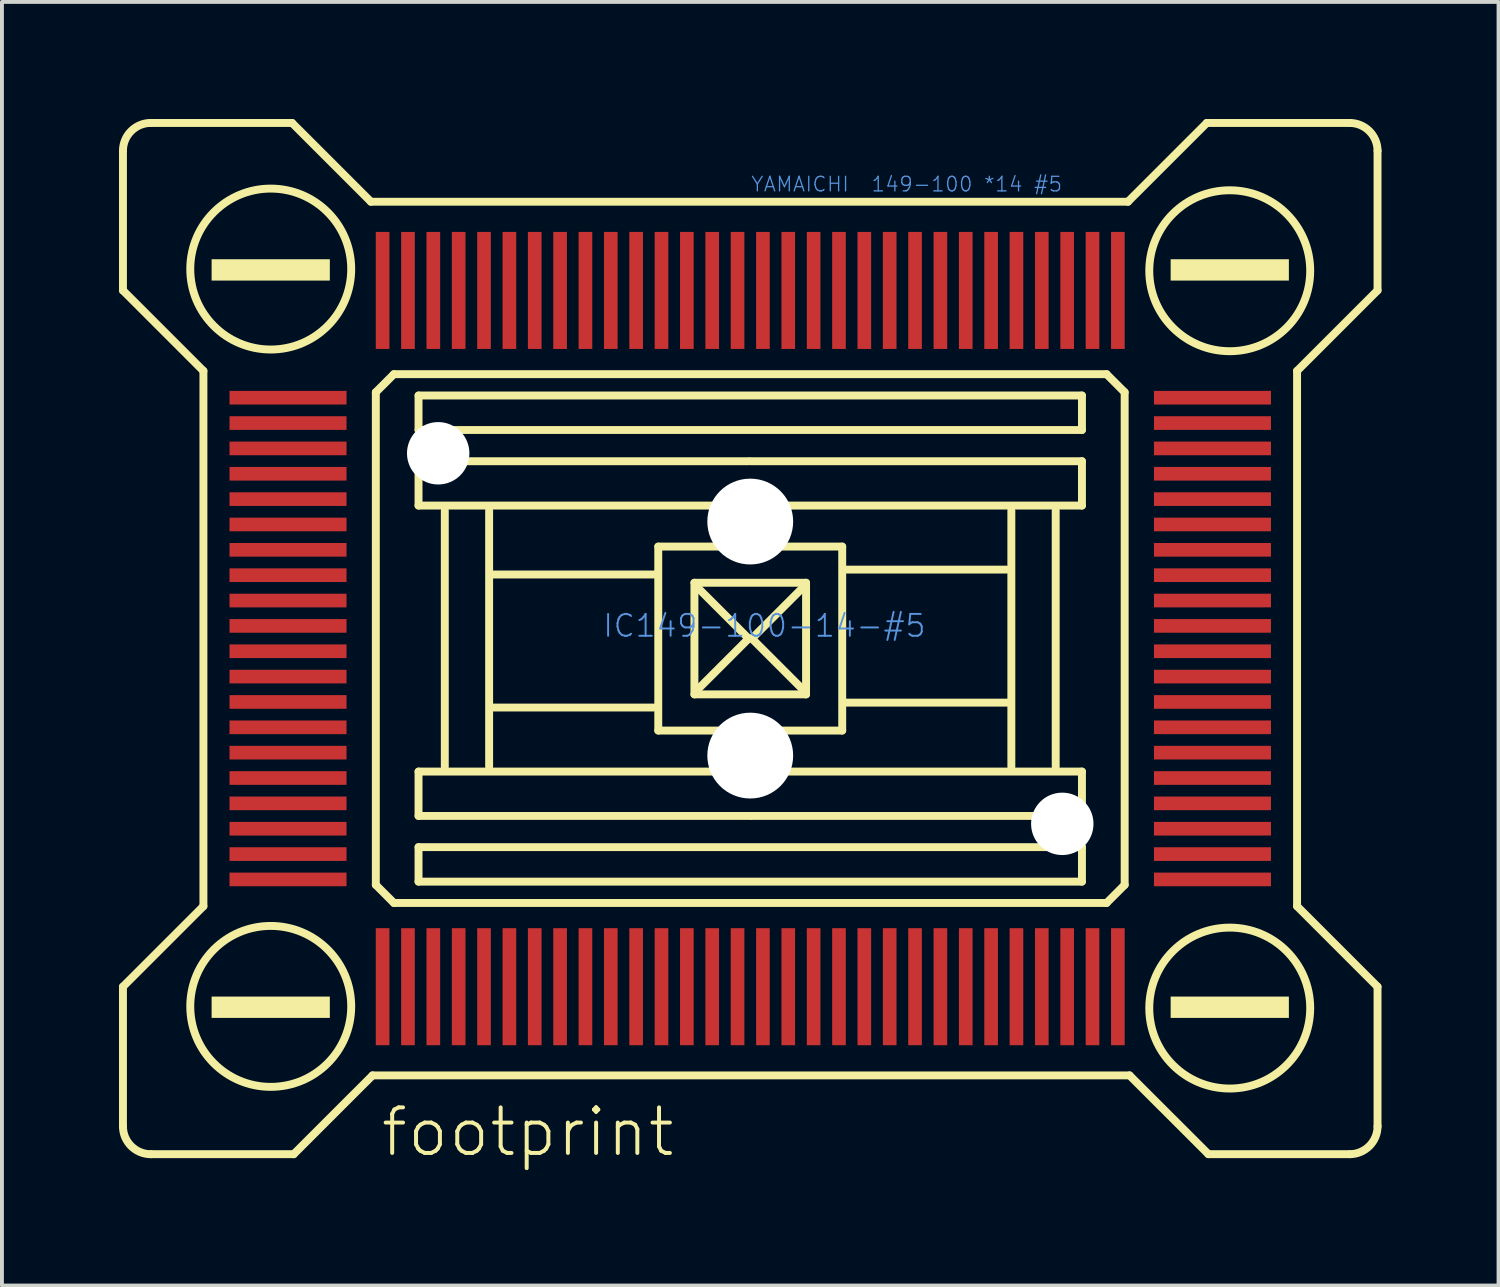
<source format=kicad_pcb>
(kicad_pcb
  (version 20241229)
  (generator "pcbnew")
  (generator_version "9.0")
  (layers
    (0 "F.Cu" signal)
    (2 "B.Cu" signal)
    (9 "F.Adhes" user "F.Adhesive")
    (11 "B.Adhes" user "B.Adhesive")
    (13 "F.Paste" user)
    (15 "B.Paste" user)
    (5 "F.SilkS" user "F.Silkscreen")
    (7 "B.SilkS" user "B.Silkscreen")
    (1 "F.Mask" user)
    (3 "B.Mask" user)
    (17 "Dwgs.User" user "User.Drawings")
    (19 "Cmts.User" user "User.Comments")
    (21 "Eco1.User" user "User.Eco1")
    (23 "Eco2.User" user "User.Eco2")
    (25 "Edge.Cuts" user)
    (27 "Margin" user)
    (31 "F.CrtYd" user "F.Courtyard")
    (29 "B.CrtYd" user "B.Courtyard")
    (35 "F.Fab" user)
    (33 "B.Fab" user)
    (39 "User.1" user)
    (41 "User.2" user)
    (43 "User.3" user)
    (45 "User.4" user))
  (footprint "footprint"
    (layer "F.Cu")
    (at 16.184 13.321)
    (property "Reference" "footprint" (at -9.525 13.335 0) (layer "F.SilkS") (effects (font (size 1.168 1.168) (thickness 0.102)) (justify left bottom)))
    (fp_line (start -16.082 -8.925) (end -16.082 -12.504) (stroke (width 0.203) (type solid)) (layer "F.SilkS"))
    (fp_line (start -16.082 8.925) (end -14.019 6.862) (stroke (width 0.203) (type solid)) (layer "F.SilkS"))
    (fp_line (start -16.082 12.504) (end -16.082 8.925) (stroke (width 0.203) (type solid)) (layer "F.SilkS"))
    (fp_line (start -15.367 -13.219) (end -11.746 -13.219) (stroke (width 0.203) (type solid)) (layer "F.SilkS"))
    (fp_line (start -14.019 -6.862) (end -16.082 -8.925) (stroke (width 0.203) (type solid)) (layer "F.SilkS"))
    (fp_line (start -14.019 6.862) (end -14.019 -6.862) (stroke (width 0.203) (type solid)) (layer "F.SilkS"))
    (fp_line (start -11.746 -13.219) (end -9.725 -11.199) (stroke (width 0.203) (type solid)) (layer "F.SilkS"))
    (fp_line (start -11.704 13.219) (end -15.367 13.219) (stroke (width 0.203) (type solid)) (layer "F.SilkS"))
    (fp_line (start -9.725 -11.199) (end 9.683 -11.199) (stroke (width 0.203) (type solid)) (layer "F.SilkS"))
    (fp_line (start -9.683 11.199) (end -11.704 13.219) (stroke (width 0.203) (type solid)) (layer "F.SilkS"))
    (fp_line (start -9.599 -6.315) (end -9.599 6.315) (stroke (width 0.203) (type solid)) (layer "F.SilkS"))
    (fp_line (start -9.599 6.315) (end -9.136 6.778) (stroke (width 0.203) (type solid)) (layer "F.SilkS"))
    (fp_line (start -9.136 -6.778) (end -9.599 -6.315) (stroke (width 0.203) (type solid)) (layer "F.SilkS"))
    (fp_line (start -9.136 6.778) (end 9.136 6.778) (stroke (width 0.203) (type solid)) (layer "F.SilkS"))
    (fp_line (start -8.504 -6.231) (end 8.504 -6.231) (stroke (width 0.203) (type solid)) (layer "F.SilkS"))
    (fp_line (start -8.504 -5.347) (end -8.504 -6.231) (stroke (width 0.203) (type solid)) (layer "F.SilkS"))
    (fp_line (start -8.504 -4.547) (end -0.042 -4.547) (stroke (width 0.203) (type solid)) (layer "F.SilkS"))
    (fp_line (start -8.504 -3.41) (end -8.504 -4.547) (stroke (width 0.203) (type solid)) (layer "F.SilkS"))
    (fp_line (start -8.504 3.41) (end 8.504 3.41) (stroke (width 0.203) (type solid)) (layer "F.SilkS"))
    (fp_line (start -8.504 4.547) (end -8.504 3.41) (stroke (width 0.203) (type solid)) (layer "F.SilkS"))
    (fp_line (start -8.504 5.347) (end 8.504 5.347) (stroke (width 0.203) (type solid)) (layer "F.SilkS"))
    (fp_line (start -8.504 6.231) (end -8.504 5.347) (stroke (width 0.203) (type solid)) (layer "F.SilkS"))
    (fp_line (start -7.831 -3.284) (end -7.831 3.284) (stroke (width 0.203) (type solid)) (layer "F.SilkS"))
    (fp_line (start -6.694 3.284) (end -6.694 -3.284) (stroke (width 0.203) (type solid)) (layer "F.SilkS"))
    (fp_line (start -6.61 -1.642) (end -2.442 -1.642) (stroke (width 0.203) (type solid)) (layer "F.SilkS"))
    (fp_line (start -6.568 1.768) (end -2.484 1.768) (stroke (width 0.203) (type solid)) (layer "F.SilkS"))
    (fp_line (start -2.358 2.358) (end -2.358 -2.358) (stroke (width 0.203) (type solid)) (layer "F.SilkS"))
    (fp_line (start -2.358 -2.358) (end 2.358 -2.358) (stroke (width 0.203) (type solid)) (layer "F.SilkS"))
    (fp_line (start -1.431 -1.431) (end 1.431 -1.431) (stroke (width 0.203) (type solid)) (layer "F.SilkS"))
    (fp_line (start -1.431 1.431) (end -1.431 -1.431) (stroke (width 0.203) (type solid)) (layer "F.SilkS"))
    (fp_line (start -0.042 0) (end -1.347 -1.305) (stroke (width 0.203) (type solid)) (layer "F.SilkS"))
    (fp_line (start -0.042 0) (end -1.347 1.305) (stroke (width 0.203) (type solid)) (layer "F.SilkS"))
    (fp_line (start 0 -4.547) (end 8.504 -4.547) (stroke (width 0.203) (type solid)) (layer "F.SilkS"))
    (fp_line (start 0 4.547) (end -8.504 4.547) (stroke (width 0.203) (type solid)) (layer "F.SilkS"))
    (fp_line (start 0.042 0) (end 1.347 -1.305) (stroke (width 0.203) (type solid)) (layer "F.SilkS"))
    (fp_line (start 0.042 0) (end 1.347 1.305) (stroke (width 0.203) (type solid)) (layer "F.SilkS"))
    (fp_line (start 1.431 -1.431) (end 1.431 1.431) (stroke (width 0.203) (type solid)) (layer "F.SilkS"))
    (fp_line (start 1.431 1.431) (end -1.431 1.431) (stroke (width 0.203) (type solid)) (layer "F.SilkS"))
    (fp_line (start 2.358 2.358) (end -2.358 2.358) (stroke (width 0.203) (type solid)) (layer "F.SilkS"))
    (fp_line (start 2.358 -2.358) (end 2.358 2.358) (stroke (width 0.203) (type solid)) (layer "F.SilkS"))
    (fp_line (start 6.568 -1.768) (end 2.484 -1.768) (stroke (width 0.203) (type solid)) (layer "F.SilkS"))
    (fp_line (start 6.61 1.642) (end 2.442 1.642) (stroke (width 0.203) (type solid)) (layer "F.SilkS"))
    (fp_line (start 6.694 -3.284) (end 6.694 3.284) (stroke (width 0.203) (type solid)) (layer "F.SilkS"))
    (fp_line (start 7.831 3.284) (end 7.831 -3.284) (stroke (width 0.203) (type solid)) (layer "F.SilkS"))
    (fp_line (start 8.504 -6.231) (end 8.504 -5.347) (stroke (width 0.203) (type solid)) (layer "F.SilkS"))
    (fp_line (start 8.504 -5.347) (end -8.504 -5.347) (stroke (width 0.203) (type solid)) (layer "F.SilkS"))
    (fp_line (start 8.504 -4.547) (end 8.504 -3.41) (stroke (width 0.203) (type solid)) (layer "F.SilkS"))
    (fp_line (start 8.504 -3.41) (end -8.504 -3.41) (stroke (width 0.203) (type solid)) (layer "F.SilkS"))
    (fp_line (start 8.504 3.41) (end 8.504 4.547) (stroke (width 0.203) (type solid)) (layer "F.SilkS"))
    (fp_line (start 8.504 4.547) (end 0.042 4.547) (stroke (width 0.203) (type solid)) (layer "F.SilkS"))
    (fp_line (start 8.504 5.347) (end 8.504 6.231) (stroke (width 0.203) (type solid)) (layer "F.SilkS"))
    (fp_line (start 8.504 6.231) (end -8.504 6.231) (stroke (width 0.203) (type solid)) (layer "F.SilkS"))
    (fp_line (start 9.136 -6.778) (end -9.136 -6.778) (stroke (width 0.203) (type solid)) (layer "F.SilkS"))
    (fp_line (start 9.136 6.778) (end 9.599 6.315) (stroke (width 0.203) (type solid)) (layer "F.SilkS"))
    (fp_line (start 9.599 -6.315) (end 9.136 -6.778) (stroke (width 0.203) (type solid)) (layer "F.SilkS"))
    (fp_line (start 9.599 6.315) (end 9.599 -6.315) (stroke (width 0.203) (type solid)) (layer "F.SilkS"))
    (fp_line (start 9.683 -11.199) (end 11.704 -13.219) (stroke (width 0.203) (type solid)) (layer "F.SilkS"))
    (fp_line (start 9.725 11.199) (end -9.683 11.199) (stroke (width 0.203) (type solid)) (layer "F.SilkS"))
    (fp_line (start 11.704 -13.219) (end 15.367 -13.219) (stroke (width 0.203) (type solid)) (layer "F.SilkS"))
    (fp_line (start 11.746 13.219) (end 9.725 11.199) (stroke (width 0.203) (type solid)) (layer "F.SilkS"))
    (fp_line (start 14.019 -6.862) (end 14.019 6.862) (stroke (width 0.203) (type solid)) (layer "F.SilkS"))
    (fp_line (start 14.019 6.862) (end 16.082 8.925) (stroke (width 0.203) (type solid)) (layer "F.SilkS"))
    (fp_line (start 15.367 13.219) (end 11.746 13.219) (stroke (width 0.203) (type solid)) (layer "F.SilkS"))
    (fp_line (start 16.082 -12.504) (end 16.082 -8.925) (stroke (width 0.203) (type solid)) (layer "F.SilkS"))
    (fp_line (start 16.082 -8.925) (end 14.019 -6.862) (stroke (width 0.203) (type solid)) (layer "F.SilkS"))
    (fp_line (start 16.082 8.925) (end 16.082 12.504) (stroke (width 0.203) (type solid)) (layer "F.SilkS"))
    (fp_arc (start -16.082 -12.504) (mid -15.872376 -13.010076) (end -15.3663 -13.2197) (stroke (width 0.2032) (type solid)) (layer "F.SilkS"))
    (fp_arc (start -15.366298 13.2197) (mid -15.872346 13.010047) (end -16.082 12.504) (stroke (width 0.2032) (type solid)) (layer "F.SilkS"))
    (fp_arc (start 15.367 -13.219) (mid 15.873047 -13.009346) (end 16.0827 -12.503298) (stroke (width 0.2032) (type solid)) (layer "F.SilkS"))
    (fp_arc (start 16.0827 12.5033) (mid 15.873076 13.009376) (end 15.367 13.219) (stroke (width 0.2032) (type solid)) (layer "F.SilkS"))
    (fp_circle (center -12.293 -9.473) (end -10.23 -9.473) (stroke (width 0.203) (type solid)) (fill no) (layer "F.SilkS"))
    (fp_circle (center -12.293 9.43) (end -10.23 9.43) (stroke (width 0.203) (type solid)) (fill no) (layer "F.SilkS"))
    (fp_circle (center 12.293 -9.43) (end 14.356 -9.43) (stroke (width 0.203) (type solid)) (fill no) (layer "F.SilkS"))
    (fp_circle (center 12.293 9.473) (end 14.356 9.473) (stroke (width 0.203) (type solid)) (fill no) (layer "F.SilkS"))
    (fp_poly (pts (xy -13.809 -9.178) (xy -10.778 -9.178) (xy -10.778 -9.725) (xy -13.809 -9.725)) (stroke (width 0) (type solid)) (fill yes) (layer "F.SilkS"))
    (fp_poly (pts (xy -13.809 9.725) (xy -10.778 9.725) (xy -10.778 9.178) (xy -13.809 9.178)) (stroke (width 0) (type solid)) (fill yes) (layer "F.SilkS"))
    (fp_poly (pts (xy 10.778 -9.178) (xy 13.809 -9.178) (xy 13.809 -9.725) (xy 10.778 -9.725)) (stroke (width 0) (type solid)) (fill yes) (layer "F.SilkS"))
    (fp_poly (pts (xy 10.778 9.725) (xy 13.809 9.725) (xy 13.809 9.178) (xy 10.778 9.178)) (stroke (width 0) (type solid)) (fill yes) (layer "F.SilkS"))
    (fp_text user "YAMAICHI  149-100 *14 #5" (at 0 -11.43 0) (layer "Cmts.User") (effects (font (size 0.374 0.374) (thickness 0.033)) (justify left bottom)))
    (fp_text user "IC149-100-14-#5" (at -3.81 0 0) (layer "Cmts.User") (effects (font (size 0.561 0.561) (thickness 0.049)) (justify left bottom)))
    (pad "" np_thru_hole circle (at -8 -4.75) (size 1.6 1.6) (drill 1.6) (layers "*.Cu" "*.Mask"))
    (pad "" np_thru_hole circle (at 0 -3) (size 2.2 2.2) (drill 2.2) (layers "*.Cu" "*.Mask"))
    (pad "" np_thru_hole circle (at 0 3) (size 2.2 2.2) (drill 2.2) (layers "*.Cu" "*.Mask"))
    (pad "" np_thru_hole circle (at 8 4.75) (size 1.6 1.6) (drill 1.6) (layers "*.Cu" "*.Mask"))
    (pad "1" smd rect (at -9.425 8.925) (size 0.35 3) (layers "F.Cu" "F.Mask" "F.Paste"))
    (pad "2" smd rect (at -8.775 8.925) (size 0.35 3) (layers "F.Cu" "F.Mask" "F.Paste"))
    (pad "3" smd rect (at -8.125 8.925) (size 0.35 3) (layers "F.Cu" "F.Mask" "F.Paste"))
    (pad "4" smd rect (at -7.475 8.925) (size 0.35 3) (layers "F.Cu" "F.Mask" "F.Paste"))
    (pad "5" smd rect (at -6.825 8.925) (size 0.35 3) (layers "F.Cu" "F.Mask" "F.Paste"))
    (pad "6" smd rect (at -6.175 8.925) (size 0.35 3) (layers "F.Cu" "F.Mask" "F.Paste"))
    (pad "7" smd rect (at -5.525 8.925) (size 0.35 3) (layers "F.Cu" "F.Mask" "F.Paste"))
    (pad "8" smd rect (at -4.875 8.925) (size 0.35 3) (layers "F.Cu" "F.Mask" "F.Paste"))
    (pad "9" smd rect (at -4.225 8.925) (size 0.35 3) (layers "F.Cu" "F.Mask" "F.Paste"))
    (pad "10" smd rect (at -3.575 8.925) (size 0.35 3) (layers "F.Cu" "F.Mask" "F.Paste"))
    (pad "11" smd rect (at -2.925 8.925) (size 0.35 3) (layers "F.Cu" "F.Mask" "F.Paste"))
    (pad "12" smd rect (at -2.275 8.925) (size 0.35 3) (layers "F.Cu" "F.Mask" "F.Paste"))
    (pad "13" smd rect (at -1.625 8.925) (size 0.35 3) (layers "F.Cu" "F.Mask" "F.Paste"))
    (pad "14" smd rect (at -0.975 8.925) (size 0.35 3) (layers "F.Cu" "F.Mask" "F.Paste"))
    (pad "15" smd rect (at -0.325 8.925) (size 0.35 3) (layers "F.Cu" "F.Mask" "F.Paste"))
    (pad "16" smd rect (at 0.325 8.925) (size 0.35 3) (layers "F.Cu" "F.Mask" "F.Paste"))
    (pad "17" smd rect (at 0.975 8.925) (size 0.35 3) (layers "F.Cu" "F.Mask" "F.Paste"))
    (pad "18" smd rect (at 1.625 8.925) (size 0.35 3) (layers "F.Cu" "F.Mask" "F.Paste"))
    (pad "19" smd rect (at 2.275 8.925) (size 0.35 3) (layers "F.Cu" "F.Mask" "F.Paste"))
    (pad "20" smd rect (at 2.925 8.925) (size 0.35 3) (layers "F.Cu" "F.Mask" "F.Paste"))
    (pad "21" smd rect (at 3.575 8.925) (size 0.35 3) (layers "F.Cu" "F.Mask" "F.Paste"))
    (pad "22" smd rect (at 4.225 8.925) (size 0.35 3) (layers "F.Cu" "F.Mask" "F.Paste"))
    (pad "23" smd rect (at 4.875 8.925) (size 0.35 3) (layers "F.Cu" "F.Mask" "F.Paste"))
    (pad "24" smd rect (at 5.525 8.925) (size 0.35 3) (layers "F.Cu" "F.Mask" "F.Paste"))
    (pad "25" smd rect (at 6.175 8.925) (size 0.35 3) (layers "F.Cu" "F.Mask" "F.Paste"))
    (pad "26" smd rect (at 6.825 8.925) (size 0.35 3) (layers "F.Cu" "F.Mask" "F.Paste"))
    (pad "27" smd rect (at 7.475 8.925) (size 0.35 3) (layers "F.Cu" "F.Mask" "F.Paste"))
    (pad "28" smd rect (at 8.125 8.925) (size 0.35 3) (layers "F.Cu" "F.Mask" "F.Paste"))
    (pad "29" smd rect (at 8.775 8.925) (size 0.35 3) (layers "F.Cu" "F.Mask" "F.Paste"))
    (pad "30" smd rect (at 9.425 8.925) (size 0.35 3) (layers "F.Cu" "F.Mask" "F.Paste"))
    (pad "31" smd rect (at 11.85 6.175) (size 3 0.35) (layers "F.Cu" "F.Mask" "F.Paste"))
    (pad "32" smd rect (at 11.85 5.525) (size 3 0.35) (layers "F.Cu" "F.Mask" "F.Paste"))
    (pad "33" smd rect (at 11.85 4.875) (size 3 0.35) (layers "F.Cu" "F.Mask" "F.Paste"))
    (pad "34" smd rect (at 11.85 4.225) (size 3 0.35) (layers "F.Cu" "F.Mask" "F.Paste"))
    (pad "35" smd rect (at 11.85 3.575) (size 3 0.35) (layers "F.Cu" "F.Mask" "F.Paste"))
    (pad "36" smd rect (at 11.85 2.925) (size 3 0.35) (layers "F.Cu" "F.Mask" "F.Paste"))
    (pad "37" smd rect (at 11.85 2.275) (size 3 0.35) (layers "F.Cu" "F.Mask" "F.Paste"))
    (pad "38" smd rect (at 11.85 1.625) (size 3 0.35) (layers "F.Cu" "F.Mask" "F.Paste"))
    (pad "39" smd rect (at 11.85 0.975) (size 3 0.35) (layers "F.Cu" "F.Mask" "F.Paste"))
    (pad "40" smd rect (at 11.85 0.325) (size 3 0.35) (layers "F.Cu" "F.Mask" "F.Paste"))
    (pad "41" smd rect (at 11.85 -0.325) (size 3 0.35) (layers "F.Cu" "F.Mask" "F.Paste"))
    (pad "42" smd rect (at 11.85 -0.975) (size 3 0.35) (layers "F.Cu" "F.Mask" "F.Paste"))
    (pad "43" smd rect (at 11.85 -1.625) (size 3 0.35) (layers "F.Cu" "F.Mask" "F.Paste"))
    (pad "44" smd rect (at 11.85 -2.275) (size 3 0.35) (layers "F.Cu" "F.Mask" "F.Paste"))
    (pad "45" smd rect (at 11.85 -2.925) (size 3 0.35) (layers "F.Cu" "F.Mask" "F.Paste"))
    (pad "46" smd rect (at 11.85 -3.575) (size 3 0.35) (layers "F.Cu" "F.Mask" "F.Paste"))
    (pad "47" smd rect (at 11.85 -4.225) (size 3 0.35) (layers "F.Cu" "F.Mask" "F.Paste"))
    (pad "48" smd rect (at 11.85 -4.875) (size 3 0.35) (layers "F.Cu" "F.Mask" "F.Paste"))
    (pad "49" smd rect (at 11.85 -5.525) (size 3 0.35) (layers "F.Cu" "F.Mask" "F.Paste"))
    (pad "50" smd rect (at 11.85 -6.175) (size 3 0.35) (layers "F.Cu" "F.Mask" "F.Paste"))
    (pad "51" smd rect (at 9.425 -8.925) (size 0.35 3) (layers "F.Cu" "F.Mask" "F.Paste"))
    (pad "52" smd rect (at 8.775 -8.925) (size 0.35 3) (layers "F.Cu" "F.Mask" "F.Paste"))
    (pad "53" smd rect (at 8.125 -8.925) (size 0.35 3) (layers "F.Cu" "F.Mask" "F.Paste"))
    (pad "54" smd rect (at 7.475 -8.925) (size 0.35 3) (layers "F.Cu" "F.Mask" "F.Paste"))
    (pad "55" smd rect (at 6.825 -8.925) (size 0.35 3) (layers "F.Cu" "F.Mask" "F.Paste"))
    (pad "56" smd rect (at 6.175 -8.925) (size 0.35 3) (layers "F.Cu" "F.Mask" "F.Paste"))
    (pad "57" smd rect (at 5.525 -8.925) (size 0.35 3) (layers "F.Cu" "F.Mask" "F.Paste"))
    (pad "58" smd rect (at 4.875 -8.925) (size 0.35 3) (layers "F.Cu" "F.Mask" "F.Paste"))
    (pad "59" smd rect (at 4.225 -8.925) (size 0.35 3) (layers "F.Cu" "F.Mask" "F.Paste"))
    (pad "60" smd rect (at 3.575 -8.925) (size 0.35 3) (layers "F.Cu" "F.Mask" "F.Paste"))
    (pad "61" smd rect (at 2.925 -8.925) (size 0.35 3) (layers "F.Cu" "F.Mask" "F.Paste"))
    (pad "62" smd rect (at 2.275 -8.925) (size 0.35 3) (layers "F.Cu" "F.Mask" "F.Paste"))
    (pad "63" smd rect (at 1.625 -8.925) (size 0.35 3) (layers "F.Cu" "F.Mask" "F.Paste"))
    (pad "64" smd rect (at 0.975 -8.925) (size 0.35 3) (layers "F.Cu" "F.Mask" "F.Paste"))
    (pad "65" smd rect (at 0.325 -8.925) (size 0.35 3) (layers "F.Cu" "F.Mask" "F.Paste"))
    (pad "66" smd rect (at -0.325 -8.925) (size 0.35 3) (layers "F.Cu" "F.Mask" "F.Paste"))
    (pad "67" smd rect (at -0.975 -8.925) (size 0.35 3) (layers "F.Cu" "F.Mask" "F.Paste"))
    (pad "68" smd rect (at -1.625 -8.925) (size 0.35 3) (layers "F.Cu" "F.Mask" "F.Paste"))
    (pad "69" smd rect (at -2.275 -8.925) (size 0.35 3) (layers "F.Cu" "F.Mask" "F.Paste"))
    (pad "70" smd rect (at -2.925 -8.925) (size 0.35 3) (layers "F.Cu" "F.Mask" "F.Paste"))
    (pad "71" smd rect (at -3.575 -8.925) (size 0.35 3) (layers "F.Cu" "F.Mask" "F.Paste"))
    (pad "72" smd rect (at -4.225 -8.925) (size 0.35 3) (layers "F.Cu" "F.Mask" "F.Paste"))
    (pad "73" smd rect (at -4.875 -8.925) (size 0.35 3) (layers "F.Cu" "F.Mask" "F.Paste"))
    (pad "74" smd rect (at -5.525 -8.925) (size 0.35 3) (layers "F.Cu" "F.Mask" "F.Paste"))
    (pad "75" smd rect (at -6.175 -8.925) (size 0.35 3) (layers "F.Cu" "F.Mask" "F.Paste"))
    (pad "76" smd rect (at -6.825 -8.925) (size 0.35 3) (layers "F.Cu" "F.Mask" "F.Paste"))
    (pad "77" smd rect (at -7.475 -8.925) (size 0.35 3) (layers "F.Cu" "F.Mask" "F.Paste"))
    (pad "78" smd rect (at -8.125 -8.925) (size 0.35 3) (layers "F.Cu" "F.Mask" "F.Paste"))
    (pad "79" smd rect (at -8.775 -8.925) (size 0.35 3) (layers "F.Cu" "F.Mask" "F.Paste"))
    (pad "80" smd rect (at -9.425 -8.925) (size 0.35 3) (layers "F.Cu" "F.Mask" "F.Paste"))
    (pad "81" smd rect (at -11.85 -6.175) (size 3 0.35) (layers "F.Cu" "F.Mask" "F.Paste"))
    (pad "82" smd rect (at -11.85 -5.525) (size 3 0.35) (layers "F.Cu" "F.Mask" "F.Paste"))
    (pad "83" smd rect (at -11.85 -4.875) (size 3 0.35) (layers "F.Cu" "F.Mask" "F.Paste"))
    (pad "84" smd rect (at -11.85 -4.225) (size 3 0.35) (layers "F.Cu" "F.Mask" "F.Paste"))
    (pad "85" smd rect (at -11.85 -3.575) (size 3 0.35) (layers "F.Cu" "F.Mask" "F.Paste"))
    (pad "86" smd rect (at -11.85 -2.925) (size 3 0.35) (layers "F.Cu" "F.Mask" "F.Paste"))
    (pad "87" smd rect (at -11.85 -2.275) (size 3 0.35) (layers "F.Cu" "F.Mask" "F.Paste"))
    (pad "88" smd rect (at -11.85 -1.625) (size 3 0.35) (layers "F.Cu" "F.Mask" "F.Paste"))
    (pad "89" smd rect (at -11.85 -0.975) (size 3 0.35) (layers "F.Cu" "F.Mask" "F.Paste"))
    (pad "90" smd rect (at -11.85 -0.325) (size 3 0.35) (layers "F.Cu" "F.Mask" "F.Paste"))
    (pad "91" smd rect (at -11.85 0.325) (size 3 0.35) (layers "F.Cu" "F.Mask" "F.Paste"))
    (pad "92" smd rect (at -11.85 0.975) (size 3 0.35) (layers "F.Cu" "F.Mask" "F.Paste"))
    (pad "93" smd rect (at -11.85 1.625) (size 3 0.35) (layers "F.Cu" "F.Mask" "F.Paste"))
    (pad "94" smd rect (at -11.85 2.275) (size 3 0.35) (layers "F.Cu" "F.Mask" "F.Paste"))
    (pad "95" smd rect (at -11.85 2.925) (size 3 0.35) (layers "F.Cu" "F.Mask" "F.Paste"))
    (pad "96" smd rect (at -11.85 3.575) (size 3 0.35) (layers "F.Cu" "F.Mask" "F.Paste"))
    (pad "97" smd rect (at -11.85 4.225) (size 3 0.35) (layers "F.Cu" "F.Mask" "F.Paste"))
    (pad "98" smd rect (at -11.85 4.875) (size 3 0.35) (layers "F.Cu" "F.Mask" "F.Paste"))
    (pad "99" smd rect (at -11.85 5.525) (size 3 0.35) (layers "F.Cu" "F.Mask" "F.Paste"))
    (pad "100" smd rect (at -11.85 6.175) (size 3 0.35) (layers "F.Cu" "F.Mask" "F.Paste")))
  (gr_rect
    (start -3 -3)
    (end 35.368 29.907)
    (stroke (width 0.1) (type default))
    (fill no)
    (layer "Edge.Cuts")))
</source>
